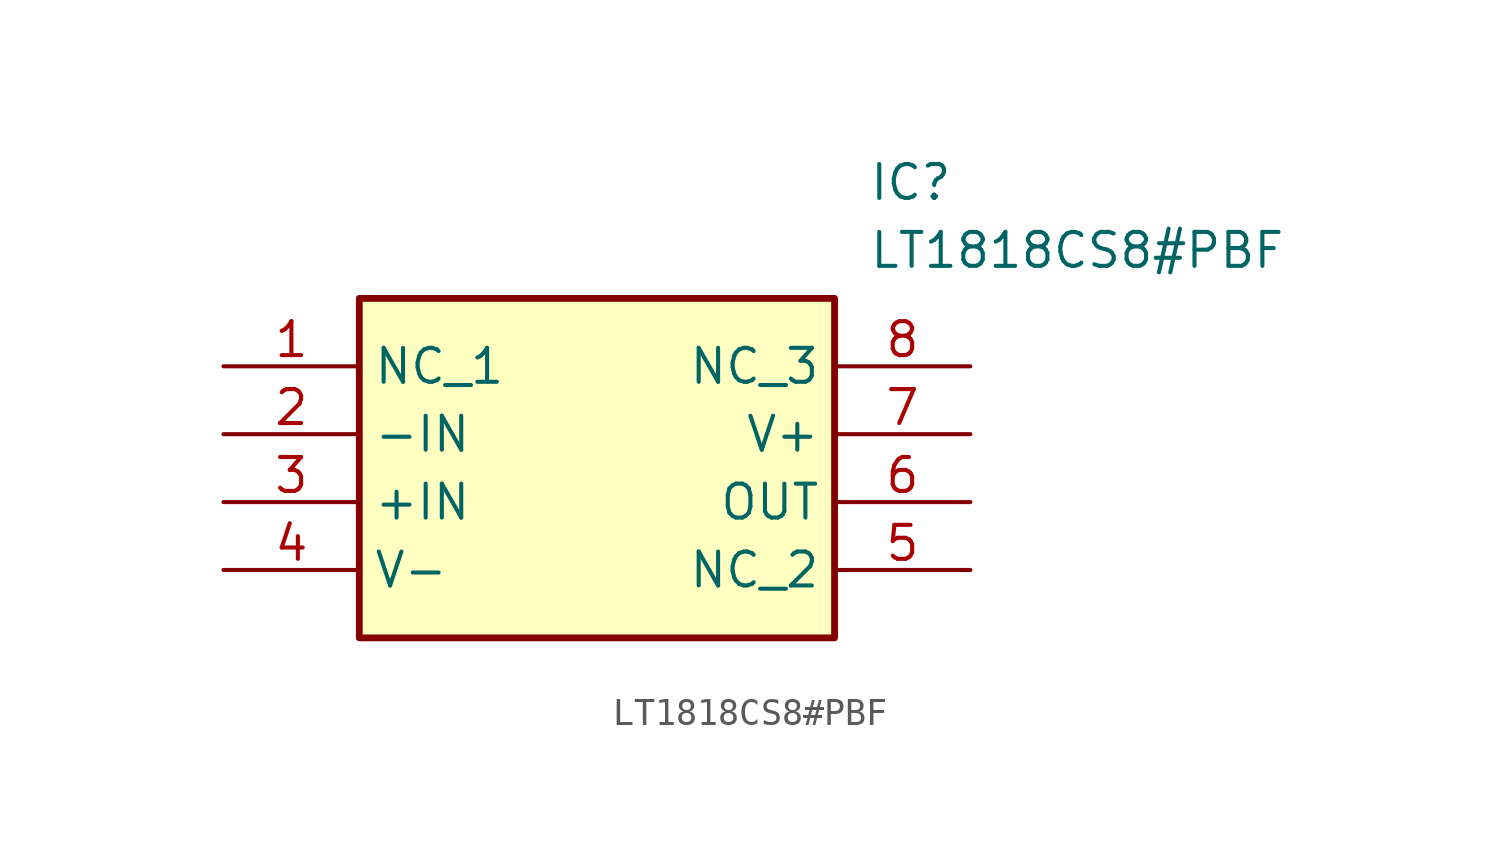
<source format=kicad_sym>
(kicad_symbol_lib
  (version 20211014)
  (generator SamacSys_ECAD_Model)
  (symbol "LT1818CS8#PBF"
    (property "Reference" "IC"
      (at 24.13 7.62 0)
      (effects (font (size 1.27 1.27)) (justify left top)))
    (property "Value" "LT1818CS8#PBF"
      (at 24.13 5.08 0)
      (effects (font (size 1.27 1.27)) (justify left top)))
    (rectangle
      (start 5.08 2.54)
      (end 22.86 -10.16)
      (stroke (width 0.254) (type default))
      (fill (type background)))
    (pin passive line
      (at 0 0 0)
      (length 5.08)
      (name "NC_1" (effects (font (size 1.27 1.27))))
      (number "1" (effects (font (size 1.27 1.27)))))
    (pin passive line
      (at 0 -2.54 0)
      (length 5.08)
      (name "-IN" (effects (font (size 1.27 1.27))))
      (number "2" (effects (font (size 1.27 1.27)))))
    (pin passive line
      (at 0 -5.08 0)
      (length 5.08)
      (name "+IN" (effects (font (size 1.27 1.27))))
      (number "3" (effects (font (size 1.27 1.27)))))
    (pin passive line
      (at 0 -7.62 0)
      (length 5.08)
      (name "V-" (effects (font (size 1.27 1.27))))
      (number "4" (effects (font (size 1.27 1.27)))))
    (pin passive line
      (at 27.94 0 180)
      (length 5.08)
      (name "NC_3" (effects (font (size 1.27 1.27))))
      (number "8" (effects (font (size 1.27 1.27)))))
    (pin passive line
      (at 27.94 -2.54 180)
      (length 5.08)
      (name "V+" (effects (font (size 1.27 1.27))))
      (number "7" (effects (font (size 1.27 1.27)))))
    (pin passive line
      (at 27.94 -5.08 180)
      (length 5.08)
      (name "OUT" (effects (font (size 1.27 1.27))))
      (number "6" (effects (font (size 1.27 1.27)))))
    (pin passive line
      (at 27.94 -7.62 180)
      (length 5.08)
      (name "NC_2" (effects (font (size 1.27 1.27))))
      (number "5" (effects (font (size 1.27 1.27)))))))
</source>
